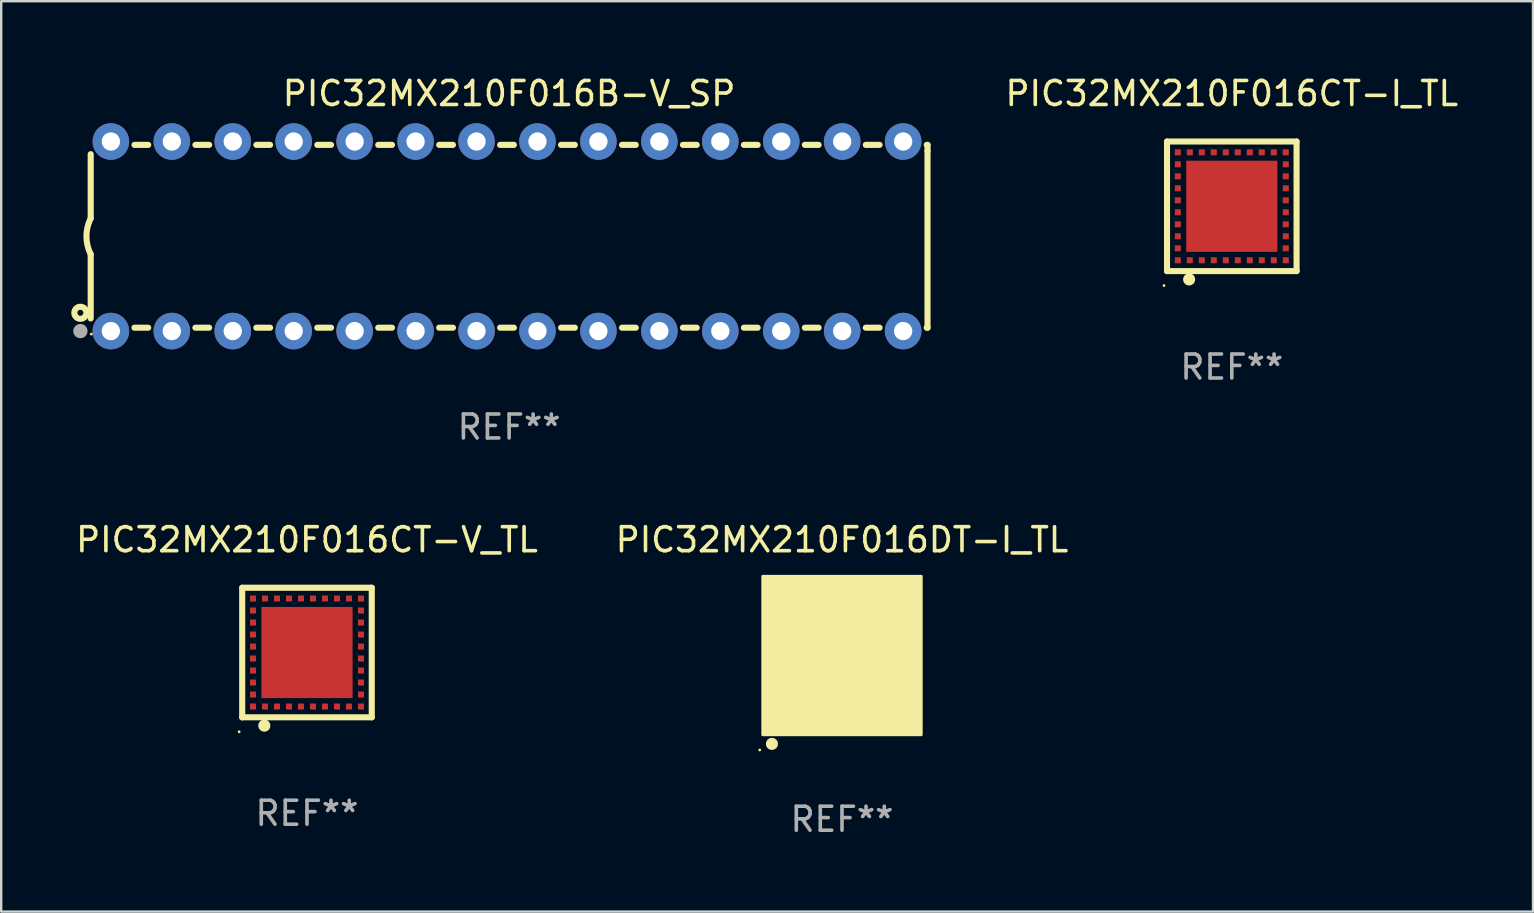
<source format=kicad_pcb>
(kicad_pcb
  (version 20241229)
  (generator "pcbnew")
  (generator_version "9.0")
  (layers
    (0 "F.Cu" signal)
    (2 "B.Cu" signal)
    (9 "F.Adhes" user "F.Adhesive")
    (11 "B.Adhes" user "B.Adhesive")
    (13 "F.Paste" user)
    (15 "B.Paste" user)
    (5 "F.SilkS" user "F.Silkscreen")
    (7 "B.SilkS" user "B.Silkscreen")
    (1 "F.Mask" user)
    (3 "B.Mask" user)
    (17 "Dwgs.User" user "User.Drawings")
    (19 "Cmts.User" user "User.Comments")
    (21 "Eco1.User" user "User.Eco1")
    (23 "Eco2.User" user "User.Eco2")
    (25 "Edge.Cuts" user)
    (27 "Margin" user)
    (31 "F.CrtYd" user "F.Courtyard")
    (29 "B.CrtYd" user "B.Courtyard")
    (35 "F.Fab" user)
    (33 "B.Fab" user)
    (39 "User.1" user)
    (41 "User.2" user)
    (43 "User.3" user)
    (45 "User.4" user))
  (footprint "PIC32MX210F016CT-I_TL"
    (layer "F.Cu")
    (at 48.287 5.548)
    (property "Reference" "PIC32MX210F016CT-I_TL" (at 0 -4.7 0) (layer "F.SilkS") (effects (font (size 1 1) (thickness 0.15))))
    (attr through_hole)
    (fp_line (start -2.7 -2.7) (end 2.7 -2.7) (stroke (width 0.254) (type solid)) (layer "F.SilkS"))
    (fp_line (start -2.7 2.7) (end -2.7 -2.7) (stroke (width 0.254) (type solid)) (layer "F.SilkS"))
    (fp_line (start 2.7 -2.7) (end 2.7 2.7) (stroke (width 0.254) (type solid)) (layer "F.SilkS"))
    (fp_line (start 2.7 2.7) (end -2.7 2.7) (stroke (width 0.254) (type solid)) (layer "F.SilkS"))
    (fp_circle (center -2.827 3.302) (end -2.797 3.302) (stroke (width 0.06) (type solid)) (fill no) (layer "F.SilkS"))
    (fp_circle (center -1.778 3.048) (end -1.651 3.048) (stroke (width 0.254) (type solid)) (fill no) (layer "F.SilkS"))
    (fp_text user "REF**" (at 0 6.7 0) (layer "F.Fab") (effects (font (size 1 1) (thickness 0.15))))
    (pad "1" smd rect (at -1.75 2.25) (size 0.25 0.25) (layers "F.Cu" "F.Mask" "F.Paste"))
    (pad "2" smd rect (at -1.25 2.25) (size 0.25 0.25) (layers "F.Cu" "F.Mask" "F.Paste"))
    (pad "3" smd rect (at -0.75 2.25) (size 0.25 0.25) (layers "F.Cu" "F.Mask" "F.Paste"))
    (pad "4" smd rect (at -0.25 2.25) (size 0.25 0.25) (layers "F.Cu" "F.Mask" "F.Paste"))
    (pad "5" smd rect (at 0.25 2.25) (size 0.25 0.25) (layers "F.Cu" "F.Mask" "F.Paste"))
    (pad "6" smd rect (at 0.75 2.25) (size 0.25 0.25) (layers "F.Cu" "F.Mask" "F.Paste"))
    (pad "7" smd rect (at 1.25 2.25) (size 0.25 0.25) (layers "F.Cu" "F.Mask" "F.Paste"))
    (pad "8" smd rect (at 1.75 2.25) (size 0.25 0.25) (layers "F.Cu" "F.Mask" "F.Paste"))
    (pad "9" smd rect (at 2.25 2.25) (size 0.25 0.25) (layers "F.Cu" "F.Mask" "F.Paste"))
    (pad "10" smd rect (at 2.25 1.75) (size 0.25 0.25) (layers "F.Cu" "F.Mask" "F.Paste"))
    (pad "11" smd rect (at 2.25 1.25) (size 0.25 0.25) (layers "F.Cu" "F.Mask" "F.Paste"))
    (pad "12" smd rect (at 2.25 0.75) (size 0.25 0.25) (layers "F.Cu" "F.Mask" "F.Paste"))
    (pad "13" smd rect (at 2.25 0.25) (size 0.25 0.25) (layers "F.Cu" "F.Mask" "F.Paste"))
    (pad "14" smd rect (at 2.25 -0.25) (size 0.25 0.25) (layers "F.Cu" "F.Mask" "F.Paste"))
    (pad "15" smd rect (at 2.25 -0.75) (size 0.25 0.25) (layers "F.Cu" "F.Mask" "F.Paste"))
    (pad "16" smd rect (at 2.25 -1.25) (size 0.25 0.25) (layers "F.Cu" "F.Mask" "F.Paste"))
    (pad "17" smd rect (at 2.25 -1.75) (size 0.25 0.25) (layers "F.Cu" "F.Mask" "F.Paste"))
    (pad "18" smd rect (at 2.25 -2.25) (size 0.25 0.25) (layers "F.Cu" "F.Mask" "F.Paste"))
    (pad "19" smd rect (at 1.75 -2.25) (size 0.25 0.25) (layers "F.Cu" "F.Mask" "F.Paste"))
    (pad "20" smd rect (at 1.25 -2.25) (size 0.25 0.25) (layers "F.Cu" "F.Mask" "F.Paste"))
    (pad "21" smd rect (at 0.75 -2.25) (size 0.25 0.25) (layers "F.Cu" "F.Mask" "F.Paste"))
    (pad "22" smd rect (at 0.25 -2.25) (size 0.25 0.25) (layers "F.Cu" "F.Mask" "F.Paste"))
    (pad "23" smd rect (at -0.25 -2.25) (size 0.25 0.25) (layers "F.Cu" "F.Mask" "F.Paste"))
    (pad "24" smd rect (at -0.75 -2.25) (size 0.25 0.25) (layers "F.Cu" "F.Mask" "F.Paste"))
    (pad "25" smd rect (at -1.25 -2.25) (size 0.25 0.25) (layers "F.Cu" "F.Mask" "F.Paste"))
    (pad "26" smd rect (at -1.75 -2.25) (size 0.25 0.25) (layers "F.Cu" "F.Mask" "F.Paste"))
    (pad "27" smd rect (at -2.25 -2.25) (size 0.25 0.25) (layers "F.Cu" "F.Mask" "F.Paste"))
    (pad "28" smd rect (at -2.25 -1.75) (size 0.25 0.25) (layers "F.Cu" "F.Mask" "F.Paste"))
    (pad "29" smd rect (at -2.25 -1.25) (size 0.25 0.25) (layers "F.Cu" "F.Mask" "F.Paste"))
    (pad "30" smd rect (at -2.25 -0.75) (size 0.25 0.25) (layers "F.Cu" "F.Mask" "F.Paste"))
    (pad "31" smd rect (at -2.25 -0.25) (size 0.25 0.25) (layers "F.Cu" "F.Mask" "F.Paste"))
    (pad "32" smd rect (at -2.25 0.25) (size 0.25 0.25) (layers "F.Cu" "F.Mask" "F.Paste"))
    (pad "33" smd rect (at -2.25 0.75) (size 0.25 0.25) (layers "F.Cu" "F.Mask" "F.Paste"))
    (pad "34" smd rect (at -2.25 1.25) (size 0.25 0.25) (layers "F.Cu" "F.Mask" "F.Paste"))
    (pad "35" smd rect (at -2.25 1.75) (size 0.25 0.25) (layers "F.Cu" "F.Mask" "F.Paste"))
    (pad "36" smd rect (at -2.25 2.25) (size 0.25 0.25) (layers "F.Cu" "F.Mask" "F.Paste"))
    (pad "37" smd rect (at 0.000127 -0.000076) (size 3.8 3.8) (layers "F.Cu" "F.Mask" "F.Paste")))
  (footprint "PIC32MX210F016B-V_SP"
    (layer "F.Cu")
    (at 18.168 6.798)
    (property "Reference" "PIC32MX210F016B-V_SP" (at 0 -5.95 0) (layer "F.SilkS") (effects (font (size 1 1) (thickness 0.15))))
    (attr through_hole)
    (fp_line (start -17.438 0.75) (end -17.438 3.423) (stroke (width 0.254) (type solid)) (layer "F.SilkS"))
    (fp_line (start -17.438 -3.423) (end -17.438 -0.75) (stroke (width 0.254) (type solid)) (layer "F.SilkS"))
    (fp_line (start -15.615 3.81) (end -15.041 3.81) (stroke (width 0.254) (type solid)) (layer "F.SilkS"))
    (fp_line (start -15.041 -3.81) (end -15.614 -3.81) (stroke (width 0.254) (type solid)) (layer "F.SilkS"))
    (fp_line (start -13.075 3.81) (end -12.501 3.81) (stroke (width 0.254) (type solid)) (layer "F.SilkS"))
    (fp_line (start -12.501 -3.81) (end -13.074 -3.81) (stroke (width 0.254) (type solid)) (layer "F.SilkS"))
    (fp_line (start -10.535 3.81) (end -9.961 3.81) (stroke (width 0.254) (type solid)) (layer "F.SilkS"))
    (fp_line (start -9.961 -3.81) (end -10.534 -3.81) (stroke (width 0.254) (type solid)) (layer "F.SilkS"))
    (fp_line (start -7.995 3.81) (end -7.421 3.81) (stroke (width 0.254) (type solid)) (layer "F.SilkS"))
    (fp_line (start -7.421 -3.81) (end -7.995 -3.81) (stroke (width 0.254) (type solid)) (layer "F.SilkS"))
    (fp_line (start -5.455 3.81) (end -4.881 3.81) (stroke (width 0.254) (type solid)) (layer "F.SilkS"))
    (fp_line (start -4.881 -3.81) (end -5.455 -3.81) (stroke (width 0.254) (type solid)) (layer "F.SilkS"))
    (fp_line (start -2.915 3.81) (end -2.341 3.81) (stroke (width 0.254) (type solid)) (layer "F.SilkS"))
    (fp_line (start -2.341 -3.81) (end -2.915 -3.81) (stroke (width 0.254) (type solid)) (layer "F.SilkS"))
    (fp_line (start -0.375 3.81) (end 0.199 3.81) (stroke (width 0.254) (type solid)) (layer "F.SilkS"))
    (fp_line (start 0.199 -3.81) (end -0.375 -3.81) (stroke (width 0.254) (type solid)) (layer "F.SilkS"))
    (fp_line (start 2.165 3.81) (end 2.739 3.81) (stroke (width 0.254) (type solid)) (layer "F.SilkS"))
    (fp_line (start 2.739 -3.81) (end 2.165 -3.81) (stroke (width 0.254) (type solid)) (layer "F.SilkS"))
    (fp_line (start 4.705 3.81) (end 5.279 3.81) (stroke (width 0.254) (type solid)) (layer "F.SilkS"))
    (fp_line (start 5.279 -3.81) (end 4.705 -3.81) (stroke (width 0.254) (type solid)) (layer "F.SilkS"))
    (fp_line (start 7.245 3.81) (end 7.819 3.81) (stroke (width 0.254) (type solid)) (layer "F.SilkS"))
    (fp_line (start 7.819 -3.81) (end 7.245 -3.81) (stroke (width 0.254) (type solid)) (layer "F.SilkS"))
    (fp_line (start 9.785 3.81) (end 10.359 3.81) (stroke (width 0.254) (type solid)) (layer "F.SilkS"))
    (fp_line (start 10.359 -3.81) (end 9.785 -3.81) (stroke (width 0.254) (type solid)) (layer "F.SilkS"))
    (fp_line (start 12.325 3.81) (end 12.899 3.81) (stroke (width 0.254) (type solid)) (layer "F.SilkS"))
    (fp_line (start 12.899 -3.81) (end 12.325 -3.81) (stroke (width 0.254) (type solid)) (layer "F.SilkS"))
    (fp_line (start 14.865 3.81) (end 15.439 3.81) (stroke (width 0.254) (type solid)) (layer "F.SilkS"))
    (fp_line (start 15.439 -3.81) (end 14.865 -3.81) (stroke (width 0.254) (type solid)) (layer "F.SilkS"))
    (fp_line (start 17.405 3.81) (end 17.438 3.81) (stroke (width 0.254) (type solid)) (layer "F.SilkS"))
    (fp_line (start 17.438 -3.81) (end 17.405 -3.81) (stroke (width 0.254) (type solid)) (layer "F.SilkS"))
    (fp_line (start 17.438 -3.556) (end 17.438 -3.81) (stroke (width 0.254) (type solid)) (layer "F.SilkS"))
    (fp_line (start 17.438 3.81) (end 17.438 -3.556) (stroke (width 0.254) (type solid)) (layer "F.SilkS"))
    (fp_arc (start -17.437986 0.749657) (mid -17.614887 -0.000024) (end -17.437783 -0.749657) (stroke (width 0.254001) (type solid)) (layer "F.SilkS"))
    (fp_circle (center -17.868 3.188) (end -17.743 3.188) (stroke (width 0.254) (type solid)) (fill no) (layer "F.SilkS"))
    (fp_circle (center -17.411 4.077) (end -17.381 4.077) (stroke (width 0.06) (type solid)) (fill no) (layer "F.SilkS"))
    (fp_circle (center -17.868 3.95) (end -17.718 3.95) (stroke (width 0.3) (type solid)) (fill no) (layer "F.Fab"))
    (fp_text user "REF**" (at 0 7.95 0) (layer "F.Fab") (effects (font (size 1 1) (thickness 0.15))))
    (pad "1" thru_hole circle (at -16.598 3.95) (size 1.524 1.524) (drill 0.762) (layers "*.Cu" "*.Mask"))
    (pad "2" thru_hole circle (at -14.058 3.95) (size 1.524 1.524) (drill 0.762) (layers "*.Cu" "*.Mask"))
    (pad "3" thru_hole circle (at -11.518 3.95) (size 1.524 1.524) (drill 0.762) (layers "*.Cu" "*.Mask"))
    (pad "4" thru_hole circle (at -8.978 3.95) (size 1.524 1.524) (drill 0.762) (layers "*.Cu" "*.Mask"))
    (pad "5" thru_hole circle (at -6.438 3.95) (size 1.524 1.524) (drill 0.762) (layers "*.Cu" "*.Mask"))
    (pad "6" thru_hole circle (at -3.898 3.95) (size 1.524 1.524) (drill 0.762) (layers "*.Cu" "*.Mask"))
    (pad "7" thru_hole circle (at -1.358 3.95) (size 1.524 1.524) (drill 0.762) (layers "*.Cu" "*.Mask"))
    (pad "8" thru_hole circle (at 1.182 3.95) (size 1.524 1.524) (drill 0.762) (layers "*.Cu" "*.Mask"))
    (pad "9" thru_hole circle (at 3.722 3.95) (size 1.524 1.524) (drill 0.762) (layers "*.Cu" "*.Mask"))
    (pad "10" thru_hole circle (at 6.262 3.95) (size 1.524 1.524) (drill 0.762) (layers "*.Cu" "*.Mask"))
    (pad "11" thru_hole circle (at 8.802 3.95) (size 1.524 1.524) (drill 0.762) (layers "*.Cu" "*.Mask"))
    (pad "12" thru_hole circle (at 11.342 3.95) (size 1.524 1.524) (drill 0.762) (layers "*.Cu" "*.Mask"))
    (pad "13" thru_hole circle (at 13.882 3.95) (size 1.524 1.524) (drill 0.762) (layers "*.Cu" "*.Mask"))
    (pad "14" thru_hole circle (at 16.422 3.95) (size 1.524 1.524) (drill 0.762) (layers "*.Cu" "*.Mask"))
    (pad "15" thru_hole circle (at 16.422 -3.95) (size 1.524 1.524) (drill 0.762) (layers "*.Cu" "*.Mask"))
    (pad "16" thru_hole circle (at 13.882 -3.95) (size 1.524 1.524) (drill 0.762) (layers "*.Cu" "*.Mask"))
    (pad "17" thru_hole circle (at 11.342 -3.95) (size 1.524 1.524) (drill 0.762) (layers "*.Cu" "*.Mask"))
    (pad "18" thru_hole circle (at 8.802 -3.95) (size 1.524 1.524) (drill 0.762) (layers "*.Cu" "*.Mask"))
    (pad "19" thru_hole circle (at 6.262 -3.95) (size 1.524 1.524) (drill 0.762) (layers "*.Cu" "*.Mask"))
    (pad "20" thru_hole circle (at 3.722 -3.95) (size 1.524 1.524) (drill 0.762) (layers "*.Cu" "*.Mask"))
    (pad "21" thru_hole circle (at 1.182 -3.95) (size 1.524 1.524) (drill 0.762) (layers "*.Cu" "*.Mask"))
    (pad "22" thru_hole circle (at -1.358 -3.95) (size 1.524 1.524) (drill 0.762) (layers "*.Cu" "*.Mask"))
    (pad "23" thru_hole circle (at -3.898 -3.95) (size 1.524 1.524) (drill 0.762) (layers "*.Cu" "*.Mask"))
    (pad "24" thru_hole circle (at -6.438 -3.95) (size 1.524 1.524) (drill 0.762) (layers "*.Cu" "*.Mask"))
    (pad "25" thru_hole circle (at -8.978 -3.95) (size 1.524 1.524) (drill 0.762) (layers "*.Cu" "*.Mask"))
    (pad "26" thru_hole circle (at -11.517 -3.95) (size 1.524 1.524) (drill 0.762) (layers "*.Cu" "*.Mask"))
    (pad "27" thru_hole circle (at -14.057 -3.95) (size 1.524 1.524) (drill 0.762) (layers "*.Cu" "*.Mask"))
    (pad "28" thru_hole circle (at -16.597 -3.95) (size 1.524 1.524) (drill 0.762) (layers "*.Cu" "*.Mask")))
  (footprint "PIC32MX210F016CT-V_TL"
    (layer "F.Cu")
    (at 9.744 24.145)
    (property "Reference" "PIC32MX210F016CT-V_TL" (at 0 -4.7 0) (layer "F.SilkS") (effects (font (size 1 1) (thickness 0.15))))
    (attr through_hole)
    (fp_line (start -2.7 -2.7) (end 2.7 -2.7) (stroke (width 0.254) (type solid)) (layer "F.SilkS"))
    (fp_line (start -2.7 2.7) (end -2.7 -2.7) (stroke (width 0.254) (type solid)) (layer "F.SilkS"))
    (fp_line (start 2.7 -2.7) (end 2.7 2.7) (stroke (width 0.254) (type solid)) (layer "F.SilkS"))
    (fp_line (start 2.7 2.7) (end -2.7 2.7) (stroke (width 0.254) (type solid)) (layer "F.SilkS"))
    (fp_circle (center -2.827 3.302) (end -2.797 3.302) (stroke (width 0.06) (type solid)) (fill no) (layer "F.SilkS"))
    (fp_circle (center -1.778 3.048) (end -1.651 3.048) (stroke (width 0.254) (type solid)) (fill no) (layer "F.SilkS"))
    (fp_text user "REF**" (at 0 6.7 0) (layer "F.Fab") (effects (font (size 1 1) (thickness 0.15))))
    (pad "1" smd rect (at -1.75 2.25) (size 0.25 0.25) (layers "F.Cu" "F.Mask" "F.Paste"))
    (pad "2" smd rect (at -1.25 2.25) (size 0.25 0.25) (layers "F.Cu" "F.Mask" "F.Paste"))
    (pad "3" smd rect (at -0.75 2.25) (size 0.25 0.25) (layers "F.Cu" "F.Mask" "F.Paste"))
    (pad "4" smd rect (at -0.25 2.25) (size 0.25 0.25) (layers "F.Cu" "F.Mask" "F.Paste"))
    (pad "5" smd rect (at 0.25 2.25) (size 0.25 0.25) (layers "F.Cu" "F.Mask" "F.Paste"))
    (pad "6" smd rect (at 0.75 2.25) (size 0.25 0.25) (layers "F.Cu" "F.Mask" "F.Paste"))
    (pad "7" smd rect (at 1.25 2.25) (size 0.25 0.25) (layers "F.Cu" "F.Mask" "F.Paste"))
    (pad "8" smd rect (at 1.75 2.25) (size 0.25 0.25) (layers "F.Cu" "F.Mask" "F.Paste"))
    (pad "9" smd rect (at 2.25 2.25) (size 0.25 0.25) (layers "F.Cu" "F.Mask" "F.Paste"))
    (pad "10" smd rect (at 2.25 1.75) (size 0.25 0.25) (layers "F.Cu" "F.Mask" "F.Paste"))
    (pad "11" smd rect (at 2.25 1.25) (size 0.25 0.25) (layers "F.Cu" "F.Mask" "F.Paste"))
    (pad "12" smd rect (at 2.25 0.75) (size 0.25 0.25) (layers "F.Cu" "F.Mask" "F.Paste"))
    (pad "13" smd rect (at 2.25 0.25) (size 0.25 0.25) (layers "F.Cu" "F.Mask" "F.Paste"))
    (pad "14" smd rect (at 2.25 -0.25) (size 0.25 0.25) (layers "F.Cu" "F.Mask" "F.Paste"))
    (pad "15" smd rect (at 2.25 -0.75) (size 0.25 0.25) (layers "F.Cu" "F.Mask" "F.Paste"))
    (pad "16" smd rect (at 2.25 -1.25) (size 0.25 0.25) (layers "F.Cu" "F.Mask" "F.Paste"))
    (pad "17" smd rect (at 2.25 -1.75) (size 0.25 0.25) (layers "F.Cu" "F.Mask" "F.Paste"))
    (pad "18" smd rect (at 2.25 -2.25) (size 0.25 0.25) (layers "F.Cu" "F.Mask" "F.Paste"))
    (pad "19" smd rect (at 1.75 -2.25) (size 0.25 0.25) (layers "F.Cu" "F.Mask" "F.Paste"))
    (pad "20" smd rect (at 1.25 -2.25) (size 0.25 0.25) (layers "F.Cu" "F.Mask" "F.Paste"))
    (pad "21" smd rect (at 0.75 -2.25) (size 0.25 0.25) (layers "F.Cu" "F.Mask" "F.Paste"))
    (pad "22" smd rect (at 0.25 -2.25) (size 0.25 0.25) (layers "F.Cu" "F.Mask" "F.Paste"))
    (pad "23" smd rect (at -0.25 -2.25) (size 0.25 0.25) (layers "F.Cu" "F.Mask" "F.Paste"))
    (pad "24" smd rect (at -0.75 -2.25) (size 0.25 0.25) (layers "F.Cu" "F.Mask" "F.Paste"))
    (pad "25" smd rect (at -1.25 -2.25) (size 0.25 0.25) (layers "F.Cu" "F.Mask" "F.Paste"))
    (pad "26" smd rect (at -1.75 -2.25) (size 0.25 0.25) (layers "F.Cu" "F.Mask" "F.Paste"))
    (pad "27" smd rect (at -2.25 -2.25) (size 0.25 0.25) (layers "F.Cu" "F.Mask" "F.Paste"))
    (pad "28" smd rect (at -2.25 -1.75) (size 0.25 0.25) (layers "F.Cu" "F.Mask" "F.Paste"))
    (pad "29" smd rect (at -2.25 -1.25) (size 0.25 0.25) (layers "F.Cu" "F.Mask" "F.Paste"))
    (pad "30" smd rect (at -2.25 -0.75) (size 0.25 0.25) (layers "F.Cu" "F.Mask" "F.Paste"))
    (pad "31" smd rect (at -2.25 -0.25) (size 0.25 0.25) (layers "F.Cu" "F.Mask" "F.Paste"))
    (pad "32" smd rect (at -2.25 0.25) (size 0.25 0.25) (layers "F.Cu" "F.Mask" "F.Paste"))
    (pad "33" smd rect (at -2.25 0.75) (size 0.25 0.25) (layers "F.Cu" "F.Mask" "F.Paste"))
    (pad "34" smd rect (at -2.25 1.25) (size 0.25 0.25) (layers "F.Cu" "F.Mask" "F.Paste"))
    (pad "35" smd rect (at -2.25 1.75) (size 0.25 0.25) (layers "F.Cu" "F.Mask" "F.Paste"))
    (pad "36" smd rect (at -2.25 2.25) (size 0.25 0.25) (layers "F.Cu" "F.Mask" "F.Paste"))
    (pad "37" smd rect (at 0.000127 -0.000076) (size 3.8 3.8) (layers "F.Cu" "F.Mask" "F.Paste")))
  (footprint "PIC32MX210F016DT-I_TL"
    (layer "F.Cu")
    (at 32.042 24.27)
    (property "Reference" "PIC32MX210F016DT-I_TL" (at 0 -4.825 0) (layer "F.SilkS") (effects (font (size 1 1) (thickness 0.15))))
    (attr through_hole)
    (fp_circle (center -3.429 3.937) (end -3.399 3.937) (stroke (width 0.06) (type solid)) (fill no) (layer "F.SilkS"))
    (fp_circle (center -2.921 3.683) (end -2.794 3.683) (stroke (width 0.254) (type solid)) (fill no) (layer "F.SilkS"))
    (fp_poly (pts (xy -3.302 -3.302) (xy 3.302 -3.302) (xy 3.302 3.302) (xy -3.302 3.302)) (stroke (width 0.12) (type solid)) (fill yes) (layer "F.SilkS"))
    (fp_text user "REF**" (at 0 6.825 0) (layer "F.Fab") (effects (font (size 1 1) (thickness 0.15))))
    (pad "1" smd rect (at -2.25 2.825) (size 0.3 0.45) (layers "F.Cu" "F.Mask" "F.Paste"))
    (pad "2" smd rect (at -1.75 2.825) (size 0.3 0.45) (layers "F.Cu" "F.Mask" "F.Paste"))
    (pad "3" smd rect (at -1.25 2.825) (size 0.3 0.45) (layers "F.Cu" "F.Mask" "F.Paste"))
    (pad "4" smd rect (at -0.75 2.825) (size 0.3 0.45) (layers "F.Cu" "F.Mask" "F.Paste"))
    (pad "5" smd rect (at -0.25 2.825) (size 0.3 0.45) (layers "F.Cu" "F.Mask" "F.Paste"))
    (pad "6" smd rect (at 0.25 2.825) (size 0.3 0.45) (layers "F.Cu" "F.Mask" "F.Paste"))
    (pad "7" smd rect (at 0.75 2.825) (size 0.3 0.45) (layers "F.Cu" "F.Mask" "F.Paste"))
    (pad "8" smd rect (at 1.25 2.825) (size 0.3 0.45) (layers "F.Cu" "F.Mask" "F.Paste"))
    (pad "9" smd rect (at 1.75 2.825) (size 0.3 0.45) (layers "F.Cu" "F.Mask" "F.Paste"))
    (pad "10" smd rect (at 2.25 2.825) (size 0.3 0.45) (layers "F.Cu" "F.Mask" "F.Paste"))
    (pad "11" smd rect (at 2.825 2.825 90) (size 0.45 0.45) (layers "F.Cu" "F.Mask" "F.Paste"))
    (pad "12" smd rect (at 2.825 2.25 90) (size 0.3 0.45) (layers "F.Cu" "F.Mask" "F.Paste"))
    (pad "13" smd rect (at 2.825 1.75 90) (size 0.3 0.45) (layers "F.Cu" "F.Mask" "F.Paste"))
    (pad "14" smd rect (at 2.825 1.25 90) (size 0.3 0.45) (layers "F.Cu" "F.Mask" "F.Paste"))
    (pad "15" smd rect (at 2.825 0.75 90) (size 0.3 0.45) (layers "F.Cu" "F.Mask" "F.Paste"))
    (pad "16" smd rect (at 2.825 0.25 90) (size 0.3 0.45) (layers "F.Cu" "F.Mask" "F.Paste"))
    (pad "17" smd rect (at 2.825 -0.25 90) (size 0.3 0.45) (layers "F.Cu" "F.Mask" "F.Paste"))
    (pad "18" smd rect (at 2.825 -0.75 90) (size 0.3 0.45) (layers "F.Cu" "F.Mask" "F.Paste"))
    (pad "19" smd rect (at 2.825 -1.25 90) (size 0.3 0.45) (layers "F.Cu" "F.Mask" "F.Paste"))
    (pad "20" smd rect (at 2.825 -1.75 90) (size 0.3 0.45) (layers "F.Cu" "F.Mask" "F.Paste"))
    (pad "21" smd rect (at 2.825 -2.25 90) (size 0.3 0.45) (layers "F.Cu" "F.Mask" "F.Paste"))
    (pad "22" smd rect (at 2.825 -2.825 90) (size 0.45 0.45) (layers "F.Cu" "F.Mask" "F.Paste"))
    (pad "23" smd rect (at 2.25 -2.825) (size 0.3 0.45) (layers "F.Cu" "F.Mask" "F.Paste"))
    (pad "24" smd rect (at 1.75 -2.825) (size 0.3 0.45) (layers "F.Cu" "F.Mask" "F.Paste"))
    (pad "25" smd rect (at 1.25 -2.825) (size 0.3 0.45) (layers "F.Cu" "F.Mask" "F.Paste"))
    (pad "26" smd rect (at 0.75 -2.825) (size 0.3 0.45) (layers "F.Cu" "F.Mask" "F.Paste"))
    (pad "27" smd rect (at 0.25 -2.825) (size 0.3 0.45) (layers "F.Cu" "F.Mask" "F.Paste"))
    (pad "28" smd rect (at -0.25 -2.825) (size 0.3 0.45) (layers "F.Cu" "F.Mask" "F.Paste"))
    (pad "29" smd rect (at -0.75 -2.825) (size 0.3 0.45) (layers "F.Cu" "F.Mask" "F.Paste"))
    (pad "30" smd rect (at -1.25 -2.825) (size 0.3 0.45) (layers "F.Cu" "F.Mask" "F.Paste"))
    (pad "31" smd rect (at -1.75 -2.825) (size 0.3 0.45) (layers "F.Cu" "F.Mask" "F.Paste"))
    (pad "32" smd rect (at -2.25 -2.825) (size 0.3 0.45) (layers "F.Cu" "F.Mask" "F.Paste"))
    (pad "33" smd rect (at -2.825 -2.825 90) (size 0.45 0.45) (layers "F.Cu" "F.Mask" "F.Paste"))
    (pad "34" smd rect (at -2.825 -2.25 90) (size 0.3 0.45) (layers "F.Cu" "F.Mask" "F.Paste"))
    (pad "35" smd rect (at -2.825 -1.75 90) (size 0.3 0.45) (layers "F.Cu" "F.Mask" "F.Paste"))
    (pad "36" smd rect (at -2.825 -1.25 90) (size 0.3 0.45) (layers "F.Cu" "F.Mask" "F.Paste"))
    (pad "37" smd rect (at -2.825 -0.75 90) (size 0.3 0.45) (layers "F.Cu" "F.Mask" "F.Paste"))
    (pad "38" smd rect (at -2.825 -0.25 90) (size 0.3 0.45) (layers "F.Cu" "F.Mask" "F.Paste"))
    (pad "39" smd rect (at -2.825 0.25 90) (size 0.3 0.45) (layers "F.Cu" "F.Mask" "F.Paste"))
    (pad "40" smd rect (at -2.825 0.75 90) (size 0.3 0.45) (layers "F.Cu" "F.Mask" "F.Paste"))
    (pad "41" smd rect (at -2.825 1.25 90) (size 0.3 0.45) (layers "F.Cu" "F.Mask" "F.Paste"))
    (pad "42" smd rect (at -2.825 1.75 90) (size 0.3 0.45) (layers "F.Cu" "F.Mask" "F.Paste"))
    (pad "43" smd rect (at -2.825 2.25 90) (size 0.3 0.45) (layers "F.Cu" "F.Mask" "F.Paste"))
    (pad "44" smd rect (at -2.825 2.825 90) (size 0.45 0.45) (layers "F.Cu" "F.Mask" "F.Paste"))
    (pad "45" smd rect (at 0 0 90) (size 4.6 4.6) (layers "F.Cu" "F.Mask" "F.Paste")))
  (gr_rect
    (start -3 -3)
    (end 60.84 34.943)
    (stroke (width 0.1) (type default))
    (fill no)
    (layer "Edge.Cuts")))
</source>
